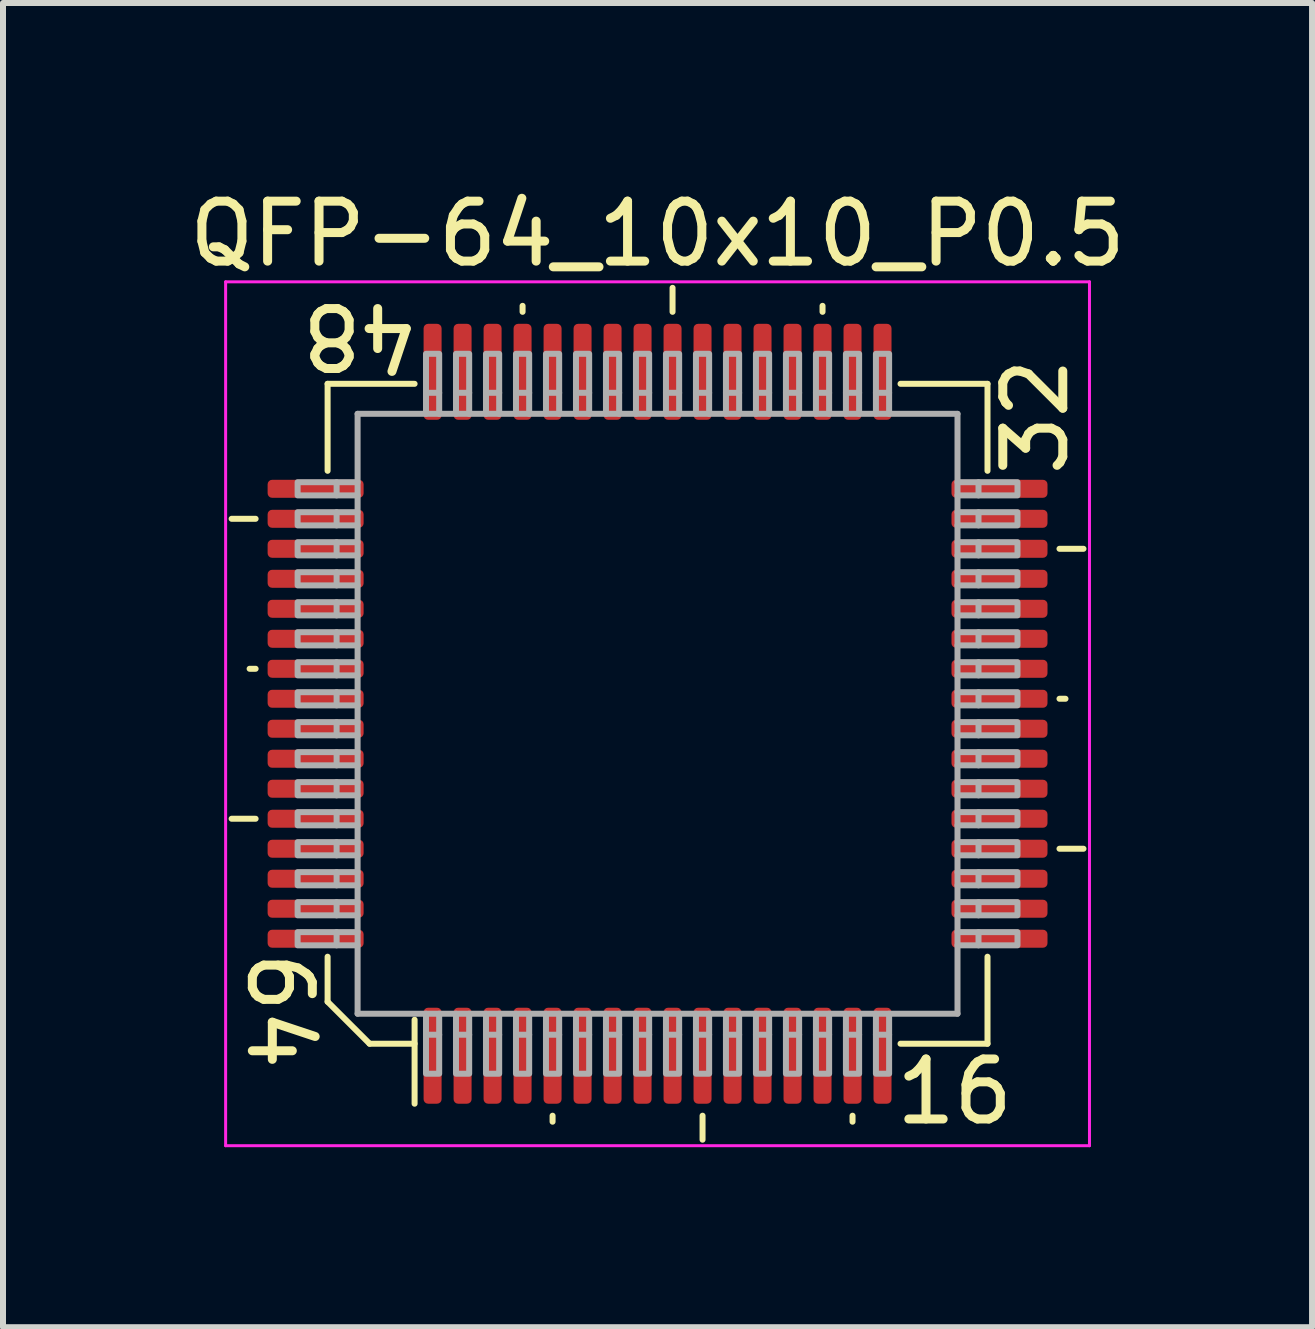
<source format=kicad_pcb>
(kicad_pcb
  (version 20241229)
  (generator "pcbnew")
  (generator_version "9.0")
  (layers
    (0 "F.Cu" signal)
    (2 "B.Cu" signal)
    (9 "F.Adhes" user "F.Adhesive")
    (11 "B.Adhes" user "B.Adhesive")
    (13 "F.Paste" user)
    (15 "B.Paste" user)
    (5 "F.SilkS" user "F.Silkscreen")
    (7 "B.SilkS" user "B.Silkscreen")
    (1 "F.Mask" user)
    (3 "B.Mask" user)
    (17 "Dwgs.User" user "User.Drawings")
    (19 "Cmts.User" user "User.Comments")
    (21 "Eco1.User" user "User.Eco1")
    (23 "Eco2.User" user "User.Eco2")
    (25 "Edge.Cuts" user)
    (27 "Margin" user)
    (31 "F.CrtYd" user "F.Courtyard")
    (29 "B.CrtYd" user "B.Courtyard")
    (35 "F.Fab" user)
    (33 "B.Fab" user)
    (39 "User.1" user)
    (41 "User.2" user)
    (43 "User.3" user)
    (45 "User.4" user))
  (footprint "QFP-64_10x10_P0.5"
    (layer "F.Cu")
    (at 7.911 8.848)
    (property "Reference" "QFP-64_10x10_P0.5" (at 0 -8 0) (layer "F.SilkS") (effects (font (size 1 1) (thickness 0.15))))
    (attr smd)
    (fp_line (start -6.7 -3.25) (end -7.1 -3.25) (stroke (width 0.1) (type solid)) (layer "F.SilkS"))
    (fp_line (start -6.7 -0.75) (end -6.8 -0.75) (stroke (width 0.1) (type solid)) (layer "F.SilkS"))
    (fp_line (start -6.7 1.75) (end -7.1 1.75) (stroke (width 0.1) (type solid)) (layer "F.SilkS"))
    (fp_line (start -5.5 -5.5) (end -4.05 -5.5) (stroke (width 0.1) (type solid)) (layer "F.SilkS"))
    (fp_line (start -5.5 -4.05) (end -5.5 -5.5) (stroke (width 0.1) (type solid)) (layer "F.SilkS"))
    (fp_line (start -5.5 4.05) (end -5.5 4.8) (stroke (width 0.1) (type solid)) (layer "F.SilkS"))
    (fp_line (start -5.5 4.8) (end -4.8 5.5) (stroke (width 0.1) (type solid)) (layer "F.SilkS"))
    (fp_line (start -4.8 5.5) (end -4.05 5.5) (stroke (width 0.1) (type solid)) (layer "F.SilkS"))
    (fp_line (start -4.05 5.1) (end -4.05 6.5) (stroke (width 0.1) (type solid)) (layer "F.SilkS"))
    (fp_line (start -2.25 -6.7) (end -2.25 -6.8) (stroke (width 0.1) (type solid)) (layer "F.SilkS"))
    (fp_line (start -1.75 6.7) (end -1.75 6.8) (stroke (width 0.1) (type solid)) (layer "F.SilkS"))
    (fp_line (start 0.25 -6.7) (end 0.25 -7.1) (stroke (width 0.1) (type solid)) (layer "F.SilkS"))
    (fp_line (start 0.75 6.7) (end 0.75 7.1) (stroke (width 0.1) (type solid)) (layer "F.SilkS"))
    (fp_line (start 2.75 -6.7) (end 2.75 -6.8) (stroke (width 0.1) (type solid)) (layer "F.SilkS"))
    (fp_line (start 3.25 6.7) (end 3.25 6.8) (stroke (width 0.1) (type solid)) (layer "F.SilkS"))
    (fp_line (start 5.5 -5.5) (end 4.05 -5.5) (stroke (width 0.1) (type solid)) (layer "F.SilkS"))
    (fp_line (start 5.5 -4.05) (end 5.5 -5.5) (stroke (width 0.1) (type solid)) (layer "F.SilkS"))
    (fp_line (start 5.5 4.05) (end 5.5 5.5) (stroke (width 0.1) (type solid)) (layer "F.SilkS"))
    (fp_line (start 5.5 5.5) (end 4.05 5.5) (stroke (width 0.1) (type solid)) (layer "F.SilkS"))
    (fp_line (start 6.7 -2.75) (end 7.1 -2.75) (stroke (width 0.1) (type solid)) (layer "F.SilkS"))
    (fp_line (start 6.7 -0.25) (end 6.8 -0.25) (stroke (width 0.1) (type solid)) (layer "F.SilkS"))
    (fp_line (start 6.7 2.25) (end 7.1 2.25) (stroke (width 0.1) (type solid)) (layer "F.SilkS"))
    (fp_line (start -7.2 -7.2) (end -7.2 7.2) (stroke (width 0.05) (type solid)) (layer "F.CrtYd"))
    (fp_line (start -7.2 7.2) (end 7.2 7.2) (stroke (width 0.05) (type solid)) (layer "F.CrtYd"))
    (fp_line (start 7.2 -7.2) (end -7.2 -7.2) (stroke (width 0.05) (type solid)) (layer "F.CrtYd"))
    (fp_line (start 7.2 7.2) (end 7.2 -7.2) (stroke (width 0.05) (type solid)) (layer "F.CrtYd"))
    (fp_line (start -5.35 -3.86) (end -5 -3.86) (stroke (width 0.1) (type solid)) (layer "F.Fab"))
    (fp_line (start -5.35 -3.64) (end -5 -3.64) (stroke (width 0.1) (type solid)) (layer "F.Fab"))
    (fp_line (start -5.35 -3.36) (end -5 -3.36) (stroke (width 0.1) (type solid)) (layer "F.Fab"))
    (fp_line (start -5.35 -3.14) (end -5 -3.14) (stroke (width 0.1) (type solid)) (layer "F.Fab"))
    (fp_line (start -5.35 -2.86) (end -5 -2.86) (stroke (width 0.1) (type solid)) (layer "F.Fab"))
    (fp_line (start -5.35 -2.64) (end -5 -2.64) (stroke (width 0.1) (type solid)) (layer "F.Fab"))
    (fp_line (start -5.35 -2.36) (end -5 -2.36) (stroke (width 0.1) (type solid)) (layer "F.Fab"))
    (fp_line (start -5.35 -2.14) (end -5 -2.14) (stroke (width 0.1) (type solid)) (layer "F.Fab"))
    (fp_line (start -5.35 -1.86) (end -5 -1.86) (stroke (width 0.1) (type solid)) (layer "F.Fab"))
    (fp_line (start -5.35 -1.64) (end -5 -1.64) (stroke (width 0.1) (type solid)) (layer "F.Fab"))
    (fp_line (start -5.35 -1.36) (end -5 -1.36) (stroke (width 0.1) (type solid)) (layer "F.Fab"))
    (fp_line (start -5.35 -1.14) (end -5 -1.14) (stroke (width 0.1) (type solid)) (layer "F.Fab"))
    (fp_line (start -5.35 -0.86) (end -5 -0.86) (stroke (width 0.1) (type solid)) (layer "F.Fab"))
    (fp_line (start -5.35 -0.64) (end -5 -0.64) (stroke (width 0.1) (type solid)) (layer "F.Fab"))
    (fp_line (start -5.35 -0.36) (end -5 -0.36) (stroke (width 0.1) (type solid)) (layer "F.Fab"))
    (fp_line (start -5.35 -0.14) (end -5 -0.14) (stroke (width 0.1) (type solid)) (layer "F.Fab"))
    (fp_line (start -5.35 0.14) (end -5 0.14) (stroke (width 0.1) (type solid)) (layer "F.Fab"))
    (fp_line (start -5.35 0.36) (end -5 0.36) (stroke (width 0.1) (type solid)) (layer "F.Fab"))
    (fp_line (start -5.35 0.64) (end -5 0.64) (stroke (width 0.1) (type solid)) (layer "F.Fab"))
    (fp_line (start -5.35 0.86) (end -5 0.86) (stroke (width 0.1) (type solid)) (layer "F.Fab"))
    (fp_line (start -5.35 1.14) (end -5 1.14) (stroke (width 0.1) (type solid)) (layer "F.Fab"))
    (fp_line (start -5.35 1.36) (end -5 1.36) (stroke (width 0.1) (type solid)) (layer "F.Fab"))
    (fp_line (start -5.35 1.64) (end -5 1.64) (stroke (width 0.1) (type solid)) (layer "F.Fab"))
    (fp_line (start -5.35 1.86) (end -5 1.86) (stroke (width 0.1) (type solid)) (layer "F.Fab"))
    (fp_line (start -5.35 2.14) (end -5 2.14) (stroke (width 0.1) (type solid)) (layer "F.Fab"))
    (fp_line (start -5.35 2.36) (end -5 2.36) (stroke (width 0.1) (type solid)) (layer "F.Fab"))
    (fp_line (start -5.35 2.64) (end -5 2.64) (stroke (width 0.1) (type solid)) (layer "F.Fab"))
    (fp_line (start -5.35 2.86) (end -5 2.86) (stroke (width 0.1) (type solid)) (layer "F.Fab"))
    (fp_line (start -5.35 3.14) (end -5 3.14) (stroke (width 0.1) (type solid)) (layer "F.Fab"))
    (fp_line (start -5.35 3.36) (end -5 3.36) (stroke (width 0.1) (type solid)) (layer "F.Fab"))
    (fp_line (start -5.35 3.64) (end -5 3.64) (stroke (width 0.1) (type solid)) (layer "F.Fab"))
    (fp_line (start -5.35 3.86) (end -5 3.86) (stroke (width 0.1) (type solid)) (layer "F.Fab"))
    (fp_line (start -5 -5) (end 5 -5) (stroke (width 0.1) (type solid)) (layer "F.Fab"))
    (fp_line (start -5 5) (end -5 -5) (stroke (width 0.1) (type solid)) (layer "F.Fab"))
    (fp_line (start -3.86 -5.35) (end -3.86 -5) (stroke (width 0.1) (type solid)) (layer "F.Fab"))
    (fp_line (start -3.86 5.35) (end -3.86 5) (stroke (width 0.1) (type solid)) (layer "F.Fab"))
    (fp_line (start -3.64 -5.35) (end -3.64 -5) (stroke (width 0.1) (type solid)) (layer "F.Fab"))
    (fp_line (start -3.64 5.35) (end -3.64 5) (stroke (width 0.1) (type solid)) (layer "F.Fab"))
    (fp_line (start -3.36 -5.35) (end -3.36 -5) (stroke (width 0.1) (type solid)) (layer "F.Fab"))
    (fp_line (start -3.36 5.35) (end -3.36 5) (stroke (width 0.1) (type solid)) (layer "F.Fab"))
    (fp_line (start -3.14 -5.35) (end -3.14 -5) (stroke (width 0.1) (type solid)) (layer "F.Fab"))
    (fp_line (start -3.14 5.35) (end -3.14 5) (stroke (width 0.1) (type solid)) (layer "F.Fab"))
    (fp_line (start -2.86 -5.35) (end -2.86 -5) (stroke (width 0.1) (type solid)) (layer "F.Fab"))
    (fp_line (start -2.86 5.35) (end -2.86 5) (stroke (width 0.1) (type solid)) (layer "F.Fab"))
    (fp_line (start -2.64 -5.35) (end -2.64 -5) (stroke (width 0.1) (type solid)) (layer "F.Fab"))
    (fp_line (start -2.64 5.35) (end -2.64 5) (stroke (width 0.1) (type solid)) (layer "F.Fab"))
    (fp_line (start -2.36 -5.35) (end -2.36 -5) (stroke (width 0.1) (type solid)) (layer "F.Fab"))
    (fp_line (start -2.36 5.35) (end -2.36 5) (stroke (width 0.1) (type solid)) (layer "F.Fab"))
    (fp_line (start -2.14 -5.35) (end -2.14 -5) (stroke (width 0.1) (type solid)) (layer "F.Fab"))
    (fp_line (start -2.14 5.35) (end -2.14 5) (stroke (width 0.1) (type solid)) (layer "F.Fab"))
    (fp_line (start -1.86 -5.35) (end -1.86 -5) (stroke (width 0.1) (type solid)) (layer "F.Fab"))
    (fp_line (start -1.86 5.35) (end -1.86 5) (stroke (width 0.1) (type solid)) (layer "F.Fab"))
    (fp_line (start -1.64 -5.35) (end -1.64 -5) (stroke (width 0.1) (type solid)) (layer "F.Fab"))
    (fp_line (start -1.64 5.35) (end -1.64 5) (stroke (width 0.1) (type solid)) (layer "F.Fab"))
    (fp_line (start -1.36 -5.35) (end -1.36 -5) (stroke (width 0.1) (type solid)) (layer "F.Fab"))
    (fp_line (start -1.36 5.35) (end -1.36 5) (stroke (width 0.1) (type solid)) (layer "F.Fab"))
    (fp_line (start -1.14 -5.35) (end -1.14 -5) (stroke (width 0.1) (type solid)) (layer "F.Fab"))
    (fp_line (start -1.14 5.35) (end -1.14 5) (stroke (width 0.1) (type solid)) (layer "F.Fab"))
    (fp_line (start -0.86 -5.35) (end -0.86 -5) (stroke (width 0.1) (type solid)) (layer "F.Fab"))
    (fp_line (start -0.86 5.35) (end -0.86 5) (stroke (width 0.1) (type solid)) (layer "F.Fab"))
    (fp_line (start -0.64 -5.35) (end -0.64 -5) (stroke (width 0.1) (type solid)) (layer "F.Fab"))
    (fp_line (start -0.64 5.35) (end -0.64 5) (stroke (width 0.1) (type solid)) (layer "F.Fab"))
    (fp_line (start -0.36 -5.35) (end -0.36 -5) (stroke (width 0.1) (type solid)) (layer "F.Fab"))
    (fp_line (start -0.36 5.35) (end -0.36 5) (stroke (width 0.1) (type solid)) (layer "F.Fab"))
    (fp_line (start -0.14 -5.35) (end -0.14 -5) (stroke (width 0.1) (type solid)) (layer "F.Fab"))
    (fp_line (start -0.14 5.35) (end -0.14 5) (stroke (width 0.1) (type solid)) (layer "F.Fab"))
    (fp_line (start 0.14 -5.35) (end 0.14 -5) (stroke (width 0.1) (type solid)) (layer "F.Fab"))
    (fp_line (start 0.14 5.35) (end 0.14 5) (stroke (width 0.1) (type solid)) (layer "F.Fab"))
    (fp_line (start 0.36 -5.35) (end 0.36 -5) (stroke (width 0.1) (type solid)) (layer "F.Fab"))
    (fp_line (start 0.36 5.35) (end 0.36 5) (stroke (width 0.1) (type solid)) (layer "F.Fab"))
    (fp_line (start 0.64 -5.35) (end 0.64 -5) (stroke (width 0.1) (type solid)) (layer "F.Fab"))
    (fp_line (start 0.64 5.35) (end 0.64 5) (stroke (width 0.1) (type solid)) (layer "F.Fab"))
    (fp_line (start 0.86 -5.35) (end 0.86 -5) (stroke (width 0.1) (type solid)) (layer "F.Fab"))
    (fp_line (start 0.86 5.35) (end 0.86 5) (stroke (width 0.1) (type solid)) (layer "F.Fab"))
    (fp_line (start 1.14 -5.35) (end 1.14 -5) (stroke (width 0.1) (type solid)) (layer "F.Fab"))
    (fp_line (start 1.14 5.35) (end 1.14 5) (stroke (width 0.1) (type solid)) (layer "F.Fab"))
    (fp_line (start 1.36 -5.35) (end 1.36 -5) (stroke (width 0.1) (type solid)) (layer "F.Fab"))
    (fp_line (start 1.36 5.35) (end 1.36 5) (stroke (width 0.1) (type solid)) (layer "F.Fab"))
    (fp_line (start 1.64 -5.35) (end 1.64 -5) (stroke (width 0.1) (type solid)) (layer "F.Fab"))
    (fp_line (start 1.64 5.35) (end 1.64 5) (stroke (width 0.1) (type solid)) (layer "F.Fab"))
    (fp_line (start 1.86 -5.35) (end 1.86 -5) (stroke (width 0.1) (type solid)) (layer "F.Fab"))
    (fp_line (start 1.86 5.35) (end 1.86 5) (stroke (width 0.1) (type solid)) (layer "F.Fab"))
    (fp_line (start 2.14 -5.35) (end 2.14 -5) (stroke (width 0.1) (type solid)) (layer "F.Fab"))
    (fp_line (start 2.14 5.35) (end 2.14 5) (stroke (width 0.1) (type solid)) (layer "F.Fab"))
    (fp_line (start 2.36 -5.35) (end 2.36 -5) (stroke (width 0.1) (type solid)) (layer "F.Fab"))
    (fp_line (start 2.36 5.35) (end 2.36 5) (stroke (width 0.1) (type solid)) (layer "F.Fab"))
    (fp_line (start 2.64 -5.35) (end 2.64 -5) (stroke (width 0.1) (type solid)) (layer "F.Fab"))
    (fp_line (start 2.64 5.35) (end 2.64 5) (stroke (width 0.1) (type solid)) (layer "F.Fab"))
    (fp_line (start 2.86 -5.35) (end 2.86 -5) (stroke (width 0.1) (type solid)) (layer "F.Fab"))
    (fp_line (start 2.86 5.35) (end 2.86 5) (stroke (width 0.1) (type solid)) (layer "F.Fab"))
    (fp_line (start 3.14 -5.35) (end 3.14 -5) (stroke (width 0.1) (type solid)) (layer "F.Fab"))
    (fp_line (start 3.14 5.35) (end 3.14 5) (stroke (width 0.1) (type solid)) (layer "F.Fab"))
    (fp_line (start 3.36 -5.35) (end 3.36 -5) (stroke (width 0.1) (type solid)) (layer "F.Fab"))
    (fp_line (start 3.36 5.35) (end 3.36 5) (stroke (width 0.1) (type solid)) (layer "F.Fab"))
    (fp_line (start 3.64 -5.35) (end 3.64 -5) (stroke (width 0.1) (type solid)) (layer "F.Fab"))
    (fp_line (start 3.64 5.35) (end 3.64 5) (stroke (width 0.1) (type solid)) (layer "F.Fab"))
    (fp_line (start 3.86 -5.35) (end 3.86 -5) (stroke (width 0.1) (type solid)) (layer "F.Fab"))
    (fp_line (start 3.86 5.35) (end 3.86 5) (stroke (width 0.1) (type solid)) (layer "F.Fab"))
    (fp_line (start 5 -5) (end 5 5) (stroke (width 0.1) (type solid)) (layer "F.Fab"))
    (fp_line (start 5 5) (end -5 5) (stroke (width 0.1) (type solid)) (layer "F.Fab"))
    (fp_line (start 5.35 -3.86) (end 5 -3.86) (stroke (width 0.1) (type solid)) (layer "F.Fab"))
    (fp_line (start 5.35 -3.64) (end 5 -3.64) (stroke (width 0.1) (type solid)) (layer "F.Fab"))
    (fp_line (start 5.35 -3.36) (end 5 -3.36) (stroke (width 0.1) (type solid)) (layer "F.Fab"))
    (fp_line (start 5.35 -3.14) (end 5 -3.14) (stroke (width 0.1) (type solid)) (layer "F.Fab"))
    (fp_line (start 5.35 -2.86) (end 5 -2.86) (stroke (width 0.1) (type solid)) (layer "F.Fab"))
    (fp_line (start 5.35 -2.64) (end 5 -2.64) (stroke (width 0.1) (type solid)) (layer "F.Fab"))
    (fp_line (start 5.35 -2.36) (end 5 -2.36) (stroke (width 0.1) (type solid)) (layer "F.Fab"))
    (fp_line (start 5.35 -2.14) (end 5 -2.14) (stroke (width 0.1) (type solid)) (layer "F.Fab"))
    (fp_line (start 5.35 -1.86) (end 5 -1.86) (stroke (width 0.1) (type solid)) (layer "F.Fab"))
    (fp_line (start 5.35 -1.64) (end 5 -1.64) (stroke (width 0.1) (type solid)) (layer "F.Fab"))
    (fp_line (start 5.35 -1.36) (end 5 -1.36) (stroke (width 0.1) (type solid)) (layer "F.Fab"))
    (fp_line (start 5.35 -1.14) (end 5 -1.14) (stroke (width 0.1) (type solid)) (layer "F.Fab"))
    (fp_line (start 5.35 -0.86) (end 5 -0.86) (stroke (width 0.1) (type solid)) (layer "F.Fab"))
    (fp_line (start 5.35 -0.64) (end 5 -0.64) (stroke (width 0.1) (type solid)) (layer "F.Fab"))
    (fp_line (start 5.35 -0.36) (end 5 -0.36) (stroke (width 0.1) (type solid)) (layer "F.Fab"))
    (fp_line (start 5.35 -0.14) (end 5 -0.14) (stroke (width 0.1) (type solid)) (layer "F.Fab"))
    (fp_line (start 5.35 0.14) (end 5 0.14) (stroke (width 0.1) (type solid)) (layer "F.Fab"))
    (fp_line (start 5.35 0.36) (end 5 0.36) (stroke (width 0.1) (type solid)) (layer "F.Fab"))
    (fp_line (start 5.35 0.64) (end 5 0.64) (stroke (width 0.1) (type solid)) (layer "F.Fab"))
    (fp_line (start 5.35 0.86) (end 5 0.86) (stroke (width 0.1) (type solid)) (layer "F.Fab"))
    (fp_line (start 5.35 1.14) (end 5 1.14) (stroke (width 0.1) (type solid)) (layer "F.Fab"))
    (fp_line (start 5.35 1.36) (end 5 1.36) (stroke (width 0.1) (type solid)) (layer "F.Fab"))
    (fp_line (start 5.35 1.64) (end 5 1.64) (stroke (width 0.1) (type solid)) (layer "F.Fab"))
    (fp_line (start 5.35 1.86) (end 5 1.86) (stroke (width 0.1) (type solid)) (layer "F.Fab"))
    (fp_line (start 5.35 2.14) (end 5 2.14) (stroke (width 0.1) (type solid)) (layer "F.Fab"))
    (fp_line (start 5.35 2.36) (end 5 2.36) (stroke (width 0.1) (type solid)) (layer "F.Fab"))
    (fp_line (start 5.35 2.64) (end 5 2.64) (stroke (width 0.1) (type solid)) (layer "F.Fab"))
    (fp_line (start 5.35 2.86) (end 5 2.86) (stroke (width 0.1) (type solid)) (layer "F.Fab"))
    (fp_line (start 5.35 3.14) (end 5 3.14) (stroke (width 0.1) (type solid)) (layer "F.Fab"))
    (fp_line (start 5.35 3.36) (end 5 3.36) (stroke (width 0.1) (type solid)) (layer "F.Fab"))
    (fp_line (start 5.35 3.64) (end 5 3.64) (stroke (width 0.1) (type solid)) (layer "F.Fab"))
    (fp_line (start 5.35 3.86) (end 5 3.86) (stroke (width 0.1) (type solid)) (layer "F.Fab"))
    (fp_poly (pts (xy -5.35 -3.64) (xy -6 -3.64) (xy -6 -3.86) (xy -5.35 -3.86)) (stroke (width 0.1) (type solid)) (fill no) (layer "F.Fab"))
    (fp_poly (pts (xy -5.35 -3.14) (xy -6 -3.14) (xy -6 -3.36) (xy -5.35 -3.36)) (stroke (width 0.1) (type solid)) (fill no) (layer "F.Fab"))
    (fp_poly (pts (xy -5.35 -2.64) (xy -6 -2.64) (xy -6 -2.86) (xy -5.35 -2.86)) (stroke (width 0.1) (type solid)) (fill no) (layer "F.Fab"))
    (fp_poly (pts (xy -5.35 -2.14) (xy -6 -2.14) (xy -6 -2.36) (xy -5.35 -2.36)) (stroke (width 0.1) (type solid)) (fill no) (layer "F.Fab"))
    (fp_poly (pts (xy -5.35 -1.64) (xy -6 -1.64) (xy -6 -1.86) (xy -5.35 -1.86)) (stroke (width 0.1) (type solid)) (fill no) (layer "F.Fab"))
    (fp_poly (pts (xy -5.35 -1.14) (xy -6 -1.14) (xy -6 -1.36) (xy -5.35 -1.36)) (stroke (width 0.1) (type solid)) (fill no) (layer "F.Fab"))
    (fp_poly (pts (xy -5.35 -0.64) (xy -6 -0.64) (xy -6 -0.86) (xy -5.35 -0.86)) (stroke (width 0.1) (type solid)) (fill no) (layer "F.Fab"))
    (fp_poly (pts (xy -5.35 -0.14) (xy -6 -0.14) (xy -6 -0.36) (xy -5.35 -0.36)) (stroke (width 0.1) (type solid)) (fill no) (layer "F.Fab"))
    (fp_poly (pts (xy -5.35 0.36) (xy -6 0.36) (xy -6 0.14) (xy -5.35 0.14)) (stroke (width 0.1) (type solid)) (fill no) (layer "F.Fab"))
    (fp_poly (pts (xy -5.35 0.86) (xy -6 0.86) (xy -6 0.64) (xy -5.35 0.64)) (stroke (width 0.1) (type solid)) (fill no) (layer "F.Fab"))
    (fp_poly (pts (xy -5.35 1.36) (xy -6 1.36) (xy -6 1.14) (xy -5.35 1.14)) (stroke (width 0.1) (type solid)) (fill no) (layer "F.Fab"))
    (fp_poly (pts (xy -5.35 1.86) (xy -6 1.86) (xy -6 1.64) (xy -5.35 1.64)) (stroke (width 0.1) (type solid)) (fill no) (layer "F.Fab"))
    (fp_poly (pts (xy -5.35 2.36) (xy -6 2.36) (xy -6 2.14) (xy -5.35 2.14)) (stroke (width 0.1) (type solid)) (fill no) (layer "F.Fab"))
    (fp_poly (pts (xy -5.35 2.86) (xy -6 2.86) (xy -6 2.64) (xy -5.35 2.64)) (stroke (width 0.1) (type solid)) (fill no) (layer "F.Fab"))
    (fp_poly (pts (xy -5.35 3.36) (xy -6 3.36) (xy -6 3.14) (xy -5.35 3.14)) (stroke (width 0.1) (type solid)) (fill no) (layer "F.Fab"))
    (fp_poly (pts (xy -5.35 3.86) (xy -6 3.86) (xy -6 3.64) (xy -5.35 3.64)) (stroke (width 0.1) (type solid)) (fill no) (layer "F.Fab"))
    (fp_poly (pts (xy -3.86 -5.35) (xy -3.86 -6) (xy -3.64 -6) (xy -3.64 -5.35)) (stroke (width 0.1) (type solid)) (fill no) (layer "F.Fab"))
    (fp_poly (pts (xy -3.64 5.35) (xy -3.64 6) (xy -3.86 6) (xy -3.86 5.35)) (stroke (width 0.1) (type solid)) (fill no) (layer "F.Fab"))
    (fp_poly (pts (xy -3.36 -5.35) (xy -3.36 -6) (xy -3.14 -6) (xy -3.14 -5.35)) (stroke (width 0.1) (type solid)) (fill no) (layer "F.Fab"))
    (fp_poly (pts (xy -3.14 5.35) (xy -3.14 6) (xy -3.36 6) (xy -3.36 5.35)) (stroke (width 0.1) (type solid)) (fill no) (layer "F.Fab"))
    (fp_poly (pts (xy -2.86 -5.35) (xy -2.86 -6) (xy -2.64 -6) (xy -2.64 -5.35)) (stroke (width 0.1) (type solid)) (fill no) (layer "F.Fab"))
    (fp_poly (pts (xy -2.64 5.35) (xy -2.64 6) (xy -2.86 6) (xy -2.86 5.35)) (stroke (width 0.1) (type solid)) (fill no) (layer "F.Fab"))
    (fp_poly (pts (xy -2.36 -5.35) (xy -2.36 -6) (xy -2.14 -6) (xy -2.14 -5.35)) (stroke (width 0.1) (type solid)) (fill no) (layer "F.Fab"))
    (fp_poly (pts (xy -2.14 5.35) (xy -2.14 6) (xy -2.36 6) (xy -2.36 5.35)) (stroke (width 0.1) (type solid)) (fill no) (layer "F.Fab"))
    (fp_poly (pts (xy -1.86 -5.35) (xy -1.86 -6) (xy -1.64 -6) (xy -1.64 -5.35)) (stroke (width 0.1) (type solid)) (fill no) (layer "F.Fab"))
    (fp_poly (pts (xy -1.64 5.35) (xy -1.64 6) (xy -1.86 6) (xy -1.86 5.35)) (stroke (width 0.1) (type solid)) (fill no) (layer "F.Fab"))
    (fp_poly (pts (xy -1.36 -5.35) (xy -1.36 -6) (xy -1.14 -6) (xy -1.14 -5.35)) (stroke (width 0.1) (type solid)) (fill no) (layer "F.Fab"))
    (fp_poly (pts (xy -1.14 5.35) (xy -1.14 6) (xy -1.36 6) (xy -1.36 5.35)) (stroke (width 0.1) (type solid)) (fill no) (layer "F.Fab"))
    (fp_poly (pts (xy -0.86 -5.35) (xy -0.86 -6) (xy -0.64 -6) (xy -0.64 -5.35)) (stroke (width 0.1) (type solid)) (fill no) (layer "F.Fab"))
    (fp_poly (pts (xy -0.64 5.35) (xy -0.64 6) (xy -0.86 6) (xy -0.86 5.35)) (stroke (width 0.1) (type solid)) (fill no) (layer "F.Fab"))
    (fp_poly (pts (xy -0.36 -5.35) (xy -0.36 -6) (xy -0.14 -6) (xy -0.14 -5.35)) (stroke (width 0.1) (type solid)) (fill no) (layer "F.Fab"))
    (fp_poly (pts (xy -0.14 5.35) (xy -0.14 6) (xy -0.36 6) (xy -0.36 5.35)) (stroke (width 0.1) (type solid)) (fill no) (layer "F.Fab"))
    (fp_poly (pts (xy 0.14 -5.35) (xy 0.14 -6) (xy 0.36 -6) (xy 0.36 -5.35)) (stroke (width 0.1) (type solid)) (fill no) (layer "F.Fab"))
    (fp_poly (pts (xy 0.36 5.35) (xy 0.36 6) (xy 0.14 6) (xy 0.14 5.35)) (stroke (width 0.1) (type solid)) (fill no) (layer "F.Fab"))
    (fp_poly (pts (xy 0.64 -5.35) (xy 0.64 -6) (xy 0.86 -6) (xy 0.86 -5.35)) (stroke (width 0.1) (type solid)) (fill no) (layer "F.Fab"))
    (fp_poly (pts (xy 0.86 5.35) (xy 0.86 6) (xy 0.64 6) (xy 0.64 5.35)) (stroke (width 0.1) (type solid)) (fill no) (layer "F.Fab"))
    (fp_poly (pts (xy 1.14 -5.35) (xy 1.14 -6) (xy 1.36 -6) (xy 1.36 -5.35)) (stroke (width 0.1) (type solid)) (fill no) (layer "F.Fab"))
    (fp_poly (pts (xy 1.36 5.35) (xy 1.36 6) (xy 1.14 6) (xy 1.14 5.35)) (stroke (width 0.1) (type solid)) (fill no) (layer "F.Fab"))
    (fp_poly (pts (xy 1.64 -5.35) (xy 1.64 -6) (xy 1.86 -6) (xy 1.86 -5.35)) (stroke (width 0.1) (type solid)) (fill no) (layer "F.Fab"))
    (fp_poly (pts (xy 1.86 5.35) (xy 1.86 6) (xy 1.64 6) (xy 1.64 5.35)) (stroke (width 0.1) (type solid)) (fill no) (layer "F.Fab"))
    (fp_poly (pts (xy 2.14 -5.35) (xy 2.14 -6) (xy 2.36 -6) (xy 2.36 -5.35)) (stroke (width 0.1) (type solid)) (fill no) (layer "F.Fab"))
    (fp_poly (pts (xy 2.36 5.35) (xy 2.36 6) (xy 2.14 6) (xy 2.14 5.35)) (stroke (width 0.1) (type solid)) (fill no) (layer "F.Fab"))
    (fp_poly (pts (xy 2.64 -5.35) (xy 2.64 -6) (xy 2.86 -6) (xy 2.86 -5.35)) (stroke (width 0.1) (type solid)) (fill no) (layer "F.Fab"))
    (fp_poly (pts (xy 2.86 5.35) (xy 2.86 6) (xy 2.64 6) (xy 2.64 5.35)) (stroke (width 0.1) (type solid)) (fill no) (layer "F.Fab"))
    (fp_poly (pts (xy 3.14 -5.35) (xy 3.14 -6) (xy 3.36 -6) (xy 3.36 -5.35)) (stroke (width 0.1) (type solid)) (fill no) (layer "F.Fab"))
    (fp_poly (pts (xy 3.36 5.35) (xy 3.36 6) (xy 3.14 6) (xy 3.14 5.35)) (stroke (width 0.1) (type solid)) (fill no) (layer "F.Fab"))
    (fp_poly (pts (xy 3.64 -5.35) (xy 3.64 -6) (xy 3.86 -6) (xy 3.86 -5.35)) (stroke (width 0.1) (type solid)) (fill no) (layer "F.Fab"))
    (fp_poly (pts (xy 3.86 5.35) (xy 3.86 6) (xy 3.64 6) (xy 3.64 5.35)) (stroke (width 0.1) (type solid)) (fill no) (layer "F.Fab"))
    (fp_poly (pts (xy 5.35 -3.86) (xy 6 -3.86) (xy 6 -3.64) (xy 5.35 -3.64)) (stroke (width 0.1) (type solid)) (fill no) (layer "F.Fab"))
    (fp_poly (pts (xy 5.35 -3.36) (xy 6 -3.36) (xy 6 -3.14) (xy 5.35 -3.14)) (stroke (width 0.1) (type solid)) (fill no) (layer "F.Fab"))
    (fp_poly (pts (xy 5.35 -2.86) (xy 6 -2.86) (xy 6 -2.64) (xy 5.35 -2.64)) (stroke (width 0.1) (type solid)) (fill no) (layer "F.Fab"))
    (fp_poly (pts (xy 5.35 -2.36) (xy 6 -2.36) (xy 6 -2.14) (xy 5.35 -2.14)) (stroke (width 0.1) (type solid)) (fill no) (layer "F.Fab"))
    (fp_poly (pts (xy 5.35 -1.86) (xy 6 -1.86) (xy 6 -1.64) (xy 5.35 -1.64)) (stroke (width 0.1) (type solid)) (fill no) (layer "F.Fab"))
    (fp_poly (pts (xy 5.35 -1.36) (xy 6 -1.36) (xy 6 -1.14) (xy 5.35 -1.14)) (stroke (width 0.1) (type solid)) (fill no) (layer "F.Fab"))
    (fp_poly (pts (xy 5.35 -0.86) (xy 6 -0.86) (xy 6 -0.64) (xy 5.35 -0.64)) (stroke (width 0.1) (type solid)) (fill no) (layer "F.Fab"))
    (fp_poly (pts (xy 5.35 -0.36) (xy 6 -0.36) (xy 6 -0.14) (xy 5.35 -0.14)) (stroke (width 0.1) (type solid)) (fill no) (layer "F.Fab"))
    (fp_poly (pts (xy 5.35 0.14) (xy 6 0.14) (xy 6 0.36) (xy 5.35 0.36)) (stroke (width 0.1) (type solid)) (fill no) (layer "F.Fab"))
    (fp_poly (pts (xy 5.35 0.64) (xy 6 0.64) (xy 6 0.86) (xy 5.35 0.86)) (stroke (width 0.1) (type solid)) (fill no) (layer "F.Fab"))
    (fp_poly (pts (xy 5.35 1.14) (xy 6 1.14) (xy 6 1.36) (xy 5.35 1.36)) (stroke (width 0.1) (type solid)) (fill no) (layer "F.Fab"))
    (fp_poly (pts (xy 5.35 1.64) (xy 6 1.64) (xy 6 1.86) (xy 5.35 1.86)) (stroke (width 0.1) (type solid)) (fill no) (layer "F.Fab"))
    (fp_poly (pts (xy 5.35 2.14) (xy 6 2.14) (xy 6 2.36) (xy 5.35 2.36)) (stroke (width 0.1) (type solid)) (fill no) (layer "F.Fab"))
    (fp_poly (pts (xy 5.35 2.64) (xy 6 2.64) (xy 6 2.86) (xy 5.35 2.86)) (stroke (width 0.1) (type solid)) (fill no) (layer "F.Fab"))
    (fp_poly (pts (xy 5.35 3.14) (xy 6 3.14) (xy 6 3.36) (xy 5.35 3.36)) (stroke (width 0.1) (type solid)) (fill no) (layer "F.Fab"))
    (fp_poly (pts (xy 5.35 3.64) (xy 6 3.64) (xy 6 3.86) (xy 5.35 3.86)) (stroke (width 0.1) (type solid)) (fill no) (layer "F.Fab"))
    (fp_text user "48" (at -3.9 -6.3 180) (unlocked yes) (layer "F.SilkS") (effects (font (size 1 1) (thickness 0.15)) (justify left)))
    (fp_text user "32" (at 6.3 -3.9 90) (unlocked yes) (layer "F.SilkS") (effects (font (size 1 1) (thickness 0.15)) (justify left)))
    (fp_text user "64" (at -6.3 3.9 270) (unlocked yes) (layer "F.SilkS") (effects (font (size 1 1) (thickness 0.15)) (justify left)))
    (fp_text user "16" (at 3.9 6.3 0) (unlocked yes) (layer "F.SilkS") (effects (font (size 1 1) (thickness 0.15)) (justify left)))
    (pad "1" smd roundrect (at -3.75 5.7 90) (size 1.6 0.3) (layers "F.Cu" "F.Mask" "F.Paste") (roundrect_rratio 0.25))
    (pad "2" smd roundrect (at -3.25 5.7 90) (size 1.6 0.3) (layers "F.Cu" "F.Mask" "F.Paste") (roundrect_rratio 0.25))
    (pad "3" smd roundrect (at -2.75 5.7 90) (size 1.6 0.3) (layers "F.Cu" "F.Mask" "F.Paste") (roundrect_rratio 0.25))
    (pad "4" smd roundrect (at -2.25 5.7 90) (size 1.6 0.3) (layers "F.Cu" "F.Mask" "F.Paste") (roundrect_rratio 0.25))
    (pad "5" smd roundrect (at -1.75 5.7 90) (size 1.6 0.3) (layers "F.Cu" "F.Mask" "F.Paste") (roundrect_rratio 0.25))
    (pad "6" smd roundrect (at -1.25 5.7 90) (size 1.6 0.3) (layers "F.Cu" "F.Mask" "F.Paste") (roundrect_rratio 0.25))
    (pad "7" smd roundrect (at -0.75 5.7 90) (size 1.6 0.3) (layers "F.Cu" "F.Mask" "F.Paste") (roundrect_rratio 0.25))
    (pad "8" smd roundrect (at -0.25 5.7 90) (size 1.6 0.3) (layers "F.Cu" "F.Mask" "F.Paste") (roundrect_rratio 0.25))
    (pad "9" smd roundrect (at 0.25 5.7 90) (size 1.6 0.3) (layers "F.Cu" "F.Mask" "F.Paste") (roundrect_rratio 0.25))
    (pad "10" smd roundrect (at 0.75 5.7 90) (size 1.6 0.3) (layers "F.Cu" "F.Mask" "F.Paste") (roundrect_rratio 0.25))
    (pad "11" smd roundrect (at 1.25 5.7 90) (size 1.6 0.3) (layers "F.Cu" "F.Mask" "F.Paste") (roundrect_rratio 0.25))
    (pad "12" smd roundrect (at 1.75 5.7 90) (size 1.6 0.3) (layers "F.Cu" "F.Mask" "F.Paste") (roundrect_rratio 0.25))
    (pad "13" smd roundrect (at 2.25 5.7 90) (size 1.6 0.3) (layers "F.Cu" "F.Mask" "F.Paste") (roundrect_rratio 0.25))
    (pad "14" smd roundrect (at 2.75 5.7 90) (size 1.6 0.3) (layers "F.Cu" "F.Mask" "F.Paste") (roundrect_rratio 0.25))
    (pad "15" smd roundrect (at 3.25 5.7 90) (size 1.6 0.3) (layers "F.Cu" "F.Mask" "F.Paste") (roundrect_rratio 0.25))
    (pad "16" smd roundrect (at 3.75 5.7 90) (size 1.6 0.3) (layers "F.Cu" "F.Mask" "F.Paste") (roundrect_rratio 0.25))
    (pad "17" smd roundrect (at 5.7 3.75 180) (size 1.6 0.3) (layers "F.Cu" "F.Mask" "F.Paste") (roundrect_rratio 0.25))
    (pad "18" smd roundrect (at 5.7 3.25 180) (size 1.6 0.3) (layers "F.Cu" "F.Mask" "F.Paste") (roundrect_rratio 0.25))
    (pad "19" smd roundrect (at 5.7 2.75 180) (size 1.6 0.3) (layers "F.Cu" "F.Mask" "F.Paste") (roundrect_rratio 0.25))
    (pad "20" smd roundrect (at 5.7 2.25 180) (size 1.6 0.3) (layers "F.Cu" "F.Mask" "F.Paste") (roundrect_rratio 0.25))
    (pad "21" smd roundrect (at 5.7 1.75 180) (size 1.6 0.3) (layers "F.Cu" "F.Mask" "F.Paste") (roundrect_rratio 0.25))
    (pad "22" smd roundrect (at 5.7 1.25 180) (size 1.6 0.3) (layers "F.Cu" "F.Mask" "F.Paste") (roundrect_rratio 0.25))
    (pad "23" smd roundrect (at 5.7 0.75 180) (size 1.6 0.3) (layers "F.Cu" "F.Mask" "F.Paste") (roundrect_rratio 0.25))
    (pad "24" smd roundrect (at 5.7 0.25 180) (size 1.6 0.3) (layers "F.Cu" "F.Mask" "F.Paste") (roundrect_rratio 0.25))
    (pad "25" smd roundrect (at 5.7 -0.25 180) (size 1.6 0.3) (layers "F.Cu" "F.Mask" "F.Paste") (roundrect_rratio 0.25))
    (pad "26" smd roundrect (at 5.7 -0.75 180) (size 1.6 0.3) (layers "F.Cu" "F.Mask" "F.Paste") (roundrect_rratio 0.25))
    (pad "27" smd roundrect (at 5.7 -1.25 180) (size 1.6 0.3) (layers "F.Cu" "F.Mask" "F.Paste") (roundrect_rratio 0.25))
    (pad "28" smd roundrect (at 5.7 -1.75 180) (size 1.6 0.3) (layers "F.Cu" "F.Mask" "F.Paste") (roundrect_rratio 0.25))
    (pad "29" smd roundrect (at 5.7 -2.25 180) (size 1.6 0.3) (layers "F.Cu" "F.Mask" "F.Paste") (roundrect_rratio 0.25))
    (pad "30" smd roundrect (at 5.7 -2.75 180) (size 1.6 0.3) (layers "F.Cu" "F.Mask" "F.Paste") (roundrect_rratio 0.25))
    (pad "31" smd roundrect (at 5.7 -3.25 180) (size 1.6 0.3) (layers "F.Cu" "F.Mask" "F.Paste") (roundrect_rratio 0.25))
    (pad "32" smd roundrect (at 5.7 -3.75 180) (size 1.6 0.3) (layers "F.Cu" "F.Mask" "F.Paste") (roundrect_rratio 0.25))
    (pad "33" smd roundrect (at 3.75 -5.7 90) (size 1.6 0.3) (layers "F.Cu" "F.Mask" "F.Paste") (roundrect_rratio 0.25))
    (pad "34" smd roundrect (at 3.25 -5.7 90) (size 1.6 0.3) (layers "F.Cu" "F.Mask" "F.Paste") (roundrect_rratio 0.25))
    (pad "35" smd roundrect (at 2.75 -5.7 90) (size 1.6 0.3) (layers "F.Cu" "F.Mask" "F.Paste") (roundrect_rratio 0.25))
    (pad "36" smd roundrect (at 2.25 -5.7 90) (size 1.6 0.3) (layers "F.Cu" "F.Mask" "F.Paste") (roundrect_rratio 0.25))
    (pad "37" smd roundrect (at 1.75 -5.7 90) (size 1.6 0.3) (layers "F.Cu" "F.Mask" "F.Paste") (roundrect_rratio 0.25))
    (pad "38" smd roundrect (at 1.25 -5.7 90) (size 1.6 0.3) (layers "F.Cu" "F.Mask" "F.Paste") (roundrect_rratio 0.25))
    (pad "39" smd roundrect (at 0.75 -5.7 90) (size 1.6 0.3) (layers "F.Cu" "F.Mask" "F.Paste") (roundrect_rratio 0.25))
    (pad "40" smd roundrect (at 0.25 -5.7 90) (size 1.6 0.3) (layers "F.Cu" "F.Mask" "F.Paste") (roundrect_rratio 0.25))
    (pad "41" smd roundrect (at -0.25 -5.7 90) (size 1.6 0.3) (layers "F.Cu" "F.Mask" "F.Paste") (roundrect_rratio 0.25))
    (pad "42" smd roundrect (at -0.75 -5.7 90) (size 1.6 0.3) (layers "F.Cu" "F.Mask" "F.Paste") (roundrect_rratio 0.25))
    (pad "43" smd roundrect (at -1.25 -5.7 90) (size 1.6 0.3) (layers "F.Cu" "F.Mask" "F.Paste") (roundrect_rratio 0.25))
    (pad "44" smd roundrect (at -1.75 -5.7 90) (size 1.6 0.3) (layers "F.Cu" "F.Mask" "F.Paste") (roundrect_rratio 0.25))
    (pad "45" smd roundrect (at -2.25 -5.7 90) (size 1.6 0.3) (layers "F.Cu" "F.Mask" "F.Paste") (roundrect_rratio 0.25))
    (pad "46" smd roundrect (at -2.75 -5.7 90) (size 1.6 0.3) (layers "F.Cu" "F.Mask" "F.Paste") (roundrect_rratio 0.25))
    (pad "47" smd roundrect (at -3.25 -5.7 90) (size 1.6 0.3) (layers "F.Cu" "F.Mask" "F.Paste") (roundrect_rratio 0.25))
    (pad "48" smd roundrect (at -3.75 -5.7 90) (size 1.6 0.3) (layers "F.Cu" "F.Mask" "F.Paste") (roundrect_rratio 0.25))
    (pad "49" smd roundrect (at -5.7 -3.75 180) (size 1.6 0.3) (layers "F.Cu" "F.Mask" "F.Paste") (roundrect_rratio 0.25))
    (pad "50" smd roundrect (at -5.7 -3.25 180) (size 1.6 0.3) (layers "F.Cu" "F.Mask" "F.Paste") (roundrect_rratio 0.25))
    (pad "51" smd roundrect (at -5.7 -2.75 180) (size 1.6 0.3) (layers "F.Cu" "F.Mask" "F.Paste") (roundrect_rratio 0.25))
    (pad "52" smd roundrect (at -5.7 -2.25 180) (size 1.6 0.3) (layers "F.Cu" "F.Mask" "F.Paste") (roundrect_rratio 0.25))
    (pad "53" smd roundrect (at -5.7 -1.75 180) (size 1.6 0.3) (layers "F.Cu" "F.Mask" "F.Paste") (roundrect_rratio 0.25))
    (pad "54" smd roundrect (at -5.7 -1.25 180) (size 1.6 0.3) (layers "F.Cu" "F.Mask" "F.Paste") (roundrect_rratio 0.25))
    (pad "55" smd roundrect (at -5.7 -0.75 180) (size 1.6 0.3) (layers "F.Cu" "F.Mask" "F.Paste") (roundrect_rratio 0.25))
    (pad "56" smd roundrect (at -5.7 -0.25 180) (size 1.6 0.3) (layers "F.Cu" "F.Mask" "F.Paste") (roundrect_rratio 0.25))
    (pad "57" smd roundrect (at -5.7 0.25 180) (size 1.6 0.3) (layers "F.Cu" "F.Mask" "F.Paste") (roundrect_rratio 0.25))
    (pad "58" smd roundrect (at -5.7 0.75 180) (size 1.6 0.3) (layers "F.Cu" "F.Mask" "F.Paste") (roundrect_rratio 0.25))
    (pad "59" smd roundrect (at -5.7 1.25 180) (size 1.6 0.3) (layers "F.Cu" "F.Mask" "F.Paste") (roundrect_rratio 0.25))
    (pad "60" smd roundrect (at -5.7 1.75 180) (size 1.6 0.3) (layers "F.Cu" "F.Mask" "F.Paste") (roundrect_rratio 0.25))
    (pad "61" smd roundrect (at -5.7 2.25 180) (size 1.6 0.3) (layers "F.Cu" "F.Mask" "F.Paste") (roundrect_rratio 0.25))
    (pad "62" smd roundrect (at -5.7 2.75 180) (size 1.6 0.3) (layers "F.Cu" "F.Mask" "F.Paste") (roundrect_rratio 0.25))
    (pad "63" smd roundrect (at -5.7 3.25 180) (size 1.6 0.3) (layers "F.Cu" "F.Mask" "F.Paste") (roundrect_rratio 0.25))
    (pad "64" smd roundrect (at -5.7 3.75 180) (size 1.6 0.3) (layers "F.Cu" "F.Mask" "F.Paste") (roundrect_rratio 0.25)))
  (gr_rect
    (start -3 -3)
    (end 18.821 19.073)
    (stroke (width 0.1) (type default))
    (fill no)
    (layer "Edge.Cuts")))
</source>
